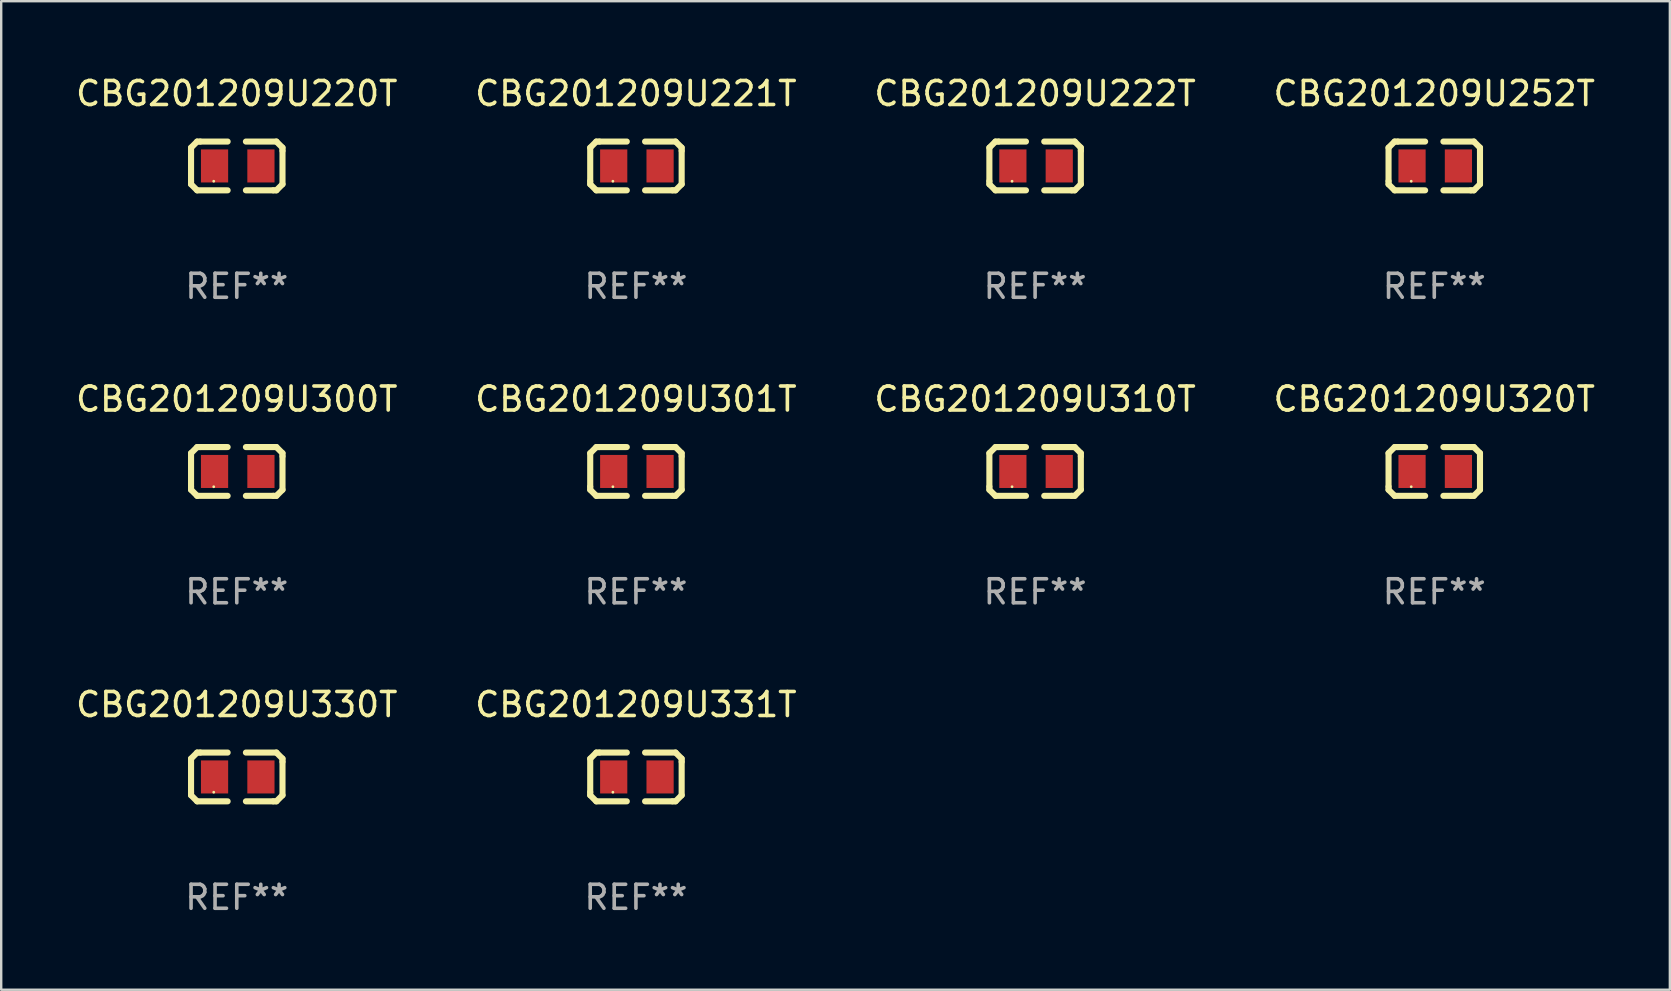
<source format=kicad_pcb>
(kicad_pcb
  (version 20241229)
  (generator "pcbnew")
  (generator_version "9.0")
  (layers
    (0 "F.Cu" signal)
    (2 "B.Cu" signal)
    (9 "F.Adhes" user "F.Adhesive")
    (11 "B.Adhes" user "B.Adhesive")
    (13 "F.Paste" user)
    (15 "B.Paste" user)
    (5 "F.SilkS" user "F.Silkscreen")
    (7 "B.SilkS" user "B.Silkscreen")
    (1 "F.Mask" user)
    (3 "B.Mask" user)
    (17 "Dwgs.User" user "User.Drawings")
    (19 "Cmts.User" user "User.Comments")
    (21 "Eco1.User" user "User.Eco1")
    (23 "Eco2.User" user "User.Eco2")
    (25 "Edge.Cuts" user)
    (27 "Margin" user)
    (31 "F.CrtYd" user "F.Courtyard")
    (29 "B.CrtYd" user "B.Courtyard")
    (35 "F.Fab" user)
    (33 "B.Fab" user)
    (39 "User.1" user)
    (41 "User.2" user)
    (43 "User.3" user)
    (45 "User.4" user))
  (footprint "CBG201209U320T"
    (layer "F.Cu")
    (at 56.708 16.593)
    (property "Reference" "CBG201209U320T" (at 0 -3.016 0) (layer "F.SilkS") (effects (font (size 1 1) (thickness 0.15))))
    (attr through_hole)
    (fp_line (start -1.905 -0.762) (end -1.905 0.635) (stroke (width 0.254) (type solid)) (layer "F.SilkS"))
    (fp_line (start -1.905 0.635) (end -1.905 0.762) (stroke (width 0.254) (type solid)) (layer "F.SilkS"))
    (fp_line (start -1.905 0.762) (end -1.651 1.016) (stroke (width 0.254) (type solid)) (layer "F.SilkS"))
    (fp_line (start -1.651 -1.016) (end -1.905 -0.762) (stroke (width 0.254) (type solid)) (layer "F.SilkS"))
    (fp_line (start -1.651 1.016) (end -0.381 1.016) (stroke (width 0.254) (type solid)) (layer "F.SilkS"))
    (fp_line (start -1.524 -1.016) (end -1.651 -1.016) (stroke (width 0.254) (type solid)) (layer "F.SilkS"))
    (fp_line (start -0.381 -1.016) (end -1.524 -1.016) (stroke (width 0.254) (type solid)) (layer "F.SilkS"))
    (fp_line (start 0.381 1.016) (end 1.524 1.016) (stroke (width 0.254) (type solid)) (layer "F.SilkS"))
    (fp_line (start 1.524 1.016) (end 1.651 1.016) (stroke (width 0.254) (type solid)) (layer "F.SilkS"))
    (fp_line (start 1.651 -1.016) (end 0.381 -1.016) (stroke (width 0.254) (type solid)) (layer "F.SilkS"))
    (fp_line (start 1.651 1.016) (end 1.905 0.762) (stroke (width 0.254) (type solid)) (layer "F.SilkS"))
    (fp_line (start 1.905 -0.762) (end 1.651 -1.016) (stroke (width 0.254) (type solid)) (layer "F.SilkS"))
    (fp_line (start 1.905 -0.635) (end 1.905 -0.762) (stroke (width 0.254) (type solid)) (layer "F.SilkS"))
    (fp_line (start 1.905 0.762) (end 1.905 -0.635) (stroke (width 0.254) (type solid)) (layer "F.SilkS"))
    (fp_circle (center -0.96 0.637) (end -0.93 0.637) (stroke (width 0.06) (type solid)) (fill no) (layer "F.SilkS"))
    (fp_text user "REF**" (at 0 5.016 0) (layer "F.Fab") (effects (font (size 1 1) (thickness 0.15))))
    (pad "1" smd rect (at -0.926 -0.000051) (size 1.133 1.377) (layers "F.Cu" "F.Mask" "F.Paste"))
    (pad "2" smd rect (at 1.006 -0.000051) (size 1.133 1.377) (layers "F.Cu" "F.Mask" "F.Paste")))
  (footprint "CBG201209U252T"
    (layer "F.Cu")
    (at 56.708 3.864)
    (property "Reference" "CBG201209U252T" (at 0 -3.016 0) (layer "F.SilkS") (effects (font (size 1 1) (thickness 0.15))))
    (attr through_hole)
    (fp_line (start -1.905 -0.762) (end -1.905 0.635) (stroke (width 0.254) (type solid)) (layer "F.SilkS"))
    (fp_line (start -1.905 0.635) (end -1.905 0.762) (stroke (width 0.254) (type solid)) (layer "F.SilkS"))
    (fp_line (start -1.905 0.762) (end -1.651 1.016) (stroke (width 0.254) (type solid)) (layer "F.SilkS"))
    (fp_line (start -1.651 -1.016) (end -1.905 -0.762) (stroke (width 0.254) (type solid)) (layer "F.SilkS"))
    (fp_line (start -1.651 1.016) (end -0.381 1.016) (stroke (width 0.254) (type solid)) (layer "F.SilkS"))
    (fp_line (start -1.524 -1.016) (end -1.651 -1.016) (stroke (width 0.254) (type solid)) (layer "F.SilkS"))
    (fp_line (start -0.381 -1.016) (end -1.524 -1.016) (stroke (width 0.254) (type solid)) (layer "F.SilkS"))
    (fp_line (start 0.381 1.016) (end 1.524 1.016) (stroke (width 0.254) (type solid)) (layer "F.SilkS"))
    (fp_line (start 1.524 1.016) (end 1.651 1.016) (stroke (width 0.254) (type solid)) (layer "F.SilkS"))
    (fp_line (start 1.651 -1.016) (end 0.381 -1.016) (stroke (width 0.254) (type solid)) (layer "F.SilkS"))
    (fp_line (start 1.651 1.016) (end 1.905 0.762) (stroke (width 0.254) (type solid)) (layer "F.SilkS"))
    (fp_line (start 1.905 -0.762) (end 1.651 -1.016) (stroke (width 0.254) (type solid)) (layer "F.SilkS"))
    (fp_line (start 1.905 -0.635) (end 1.905 -0.762) (stroke (width 0.254) (type solid)) (layer "F.SilkS"))
    (fp_line (start 1.905 0.762) (end 1.905 -0.635) (stroke (width 0.254) (type solid)) (layer "F.SilkS"))
    (fp_circle (center -0.96 0.637) (end -0.93 0.637) (stroke (width 0.06) (type solid)) (fill no) (layer "F.SilkS"))
    (fp_text user "REF**" (at 0 5.016 0) (layer "F.Fab") (effects (font (size 1 1) (thickness 0.15))))
    (pad "1" smd rect (at -0.926 -0.000051) (size 1.133 1.377) (layers "F.Cu" "F.Mask" "F.Paste"))
    (pad "2" smd rect (at 1.006 -0.000051) (size 1.133 1.377) (layers "F.Cu" "F.Mask" "F.Paste")))
  (footprint "CBG201209U330T"
    (layer "F.Cu")
    (at 6.815 29.321)
    (property "Reference" "CBG201209U330T" (at 0 -3.016 0) (layer "F.SilkS") (effects (font (size 1 1) (thickness 0.15))))
    (attr through_hole)
    (fp_line (start -1.905 -0.762) (end -1.905 0.635) (stroke (width 0.254) (type solid)) (layer "F.SilkS"))
    (fp_line (start -1.905 0.635) (end -1.905 0.762) (stroke (width 0.254) (type solid)) (layer "F.SilkS"))
    (fp_line (start -1.905 0.762) (end -1.651 1.016) (stroke (width 0.254) (type solid)) (layer "F.SilkS"))
    (fp_line (start -1.651 -1.016) (end -1.905 -0.762) (stroke (width 0.254) (type solid)) (layer "F.SilkS"))
    (fp_line (start -1.651 1.016) (end -0.381 1.016) (stroke (width 0.254) (type solid)) (layer "F.SilkS"))
    (fp_line (start -1.524 -1.016) (end -1.651 -1.016) (stroke (width 0.254) (type solid)) (layer "F.SilkS"))
    (fp_line (start -0.381 -1.016) (end -1.524 -1.016) (stroke (width 0.254) (type solid)) (layer "F.SilkS"))
    (fp_line (start 0.381 1.016) (end 1.524 1.016) (stroke (width 0.254) (type solid)) (layer "F.SilkS"))
    (fp_line (start 1.524 1.016) (end 1.651 1.016) (stroke (width 0.254) (type solid)) (layer "F.SilkS"))
    (fp_line (start 1.651 -1.016) (end 0.381 -1.016) (stroke (width 0.254) (type solid)) (layer "F.SilkS"))
    (fp_line (start 1.651 1.016) (end 1.905 0.762) (stroke (width 0.254) (type solid)) (layer "F.SilkS"))
    (fp_line (start 1.905 -0.762) (end 1.651 -1.016) (stroke (width 0.254) (type solid)) (layer "F.SilkS"))
    (fp_line (start 1.905 -0.635) (end 1.905 -0.762) (stroke (width 0.254) (type solid)) (layer "F.SilkS"))
    (fp_line (start 1.905 0.762) (end 1.905 -0.635) (stroke (width 0.254) (type solid)) (layer "F.SilkS"))
    (fp_circle (center -0.96 0.637) (end -0.93 0.637) (stroke (width 0.06) (type solid)) (fill no) (layer "F.SilkS"))
    (fp_text user "REF**" (at 0 5.016 0) (layer "F.Fab") (effects (font (size 1 1) (thickness 0.15))))
    (pad "1" smd rect (at -0.926 -0.000051) (size 1.133 1.377) (layers "F.Cu" "F.Mask" "F.Paste"))
    (pad "2" smd rect (at 1.006 -0.000051) (size 1.133 1.377) (layers "F.Cu" "F.Mask" "F.Paste")))
  (footprint "CBG201209U331T"
    (layer "F.Cu")
    (at 23.446 29.321)
    (property "Reference" "CBG201209U331T" (at 0 -3.016 0) (layer "F.SilkS") (effects (font (size 1 1) (thickness 0.15))))
    (attr through_hole)
    (fp_line (start -1.905 -0.762) (end -1.905 0.635) (stroke (width 0.254) (type solid)) (layer "F.SilkS"))
    (fp_line (start -1.905 0.635) (end -1.905 0.762) (stroke (width 0.254) (type solid)) (layer "F.SilkS"))
    (fp_line (start -1.905 0.762) (end -1.651 1.016) (stroke (width 0.254) (type solid)) (layer "F.SilkS"))
    (fp_line (start -1.651 -1.016) (end -1.905 -0.762) (stroke (width 0.254) (type solid)) (layer "F.SilkS"))
    (fp_line (start -1.651 1.016) (end -0.381 1.016) (stroke (width 0.254) (type solid)) (layer "F.SilkS"))
    (fp_line (start -1.524 -1.016) (end -1.651 -1.016) (stroke (width 0.254) (type solid)) (layer "F.SilkS"))
    (fp_line (start -0.381 -1.016) (end -1.524 -1.016) (stroke (width 0.254) (type solid)) (layer "F.SilkS"))
    (fp_line (start 0.381 1.016) (end 1.524 1.016) (stroke (width 0.254) (type solid)) (layer "F.SilkS"))
    (fp_line (start 1.524 1.016) (end 1.651 1.016) (stroke (width 0.254) (type solid)) (layer "F.SilkS"))
    (fp_line (start 1.651 -1.016) (end 0.381 -1.016) (stroke (width 0.254) (type solid)) (layer "F.SilkS"))
    (fp_line (start 1.651 1.016) (end 1.905 0.762) (stroke (width 0.254) (type solid)) (layer "F.SilkS"))
    (fp_line (start 1.905 -0.762) (end 1.651 -1.016) (stroke (width 0.254) (type solid)) (layer "F.SilkS"))
    (fp_line (start 1.905 -0.635) (end 1.905 -0.762) (stroke (width 0.254) (type solid)) (layer "F.SilkS"))
    (fp_line (start 1.905 0.762) (end 1.905 -0.635) (stroke (width 0.254) (type solid)) (layer "F.SilkS"))
    (fp_circle (center -0.96 0.637) (end -0.93 0.637) (stroke (width 0.06) (type solid)) (fill no) (layer "F.SilkS"))
    (fp_text user "REF**" (at 0 5.016 0) (layer "F.Fab") (effects (font (size 1 1) (thickness 0.15))))
    (pad "1" smd rect (at -0.926 -0.000051) (size 1.133 1.377) (layers "F.Cu" "F.Mask" "F.Paste"))
    (pad "2" smd rect (at 1.006 -0.000051) (size 1.133 1.377) (layers "F.Cu" "F.Mask" "F.Paste")))
  (footprint "CBG201209U301T"
    (layer "F.Cu")
    (at 23.446 16.593)
    (property "Reference" "CBG201209U301T" (at 0 -3.016 0) (layer "F.SilkS") (effects (font (size 1 1) (thickness 0.15))))
    (attr through_hole)
    (fp_line (start -1.905 -0.762) (end -1.905 0.635) (stroke (width 0.254) (type solid)) (layer "F.SilkS"))
    (fp_line (start -1.905 0.635) (end -1.905 0.762) (stroke (width 0.254) (type solid)) (layer "F.SilkS"))
    (fp_line (start -1.905 0.762) (end -1.651 1.016) (stroke (width 0.254) (type solid)) (layer "F.SilkS"))
    (fp_line (start -1.651 -1.016) (end -1.905 -0.762) (stroke (width 0.254) (type solid)) (layer "F.SilkS"))
    (fp_line (start -1.651 1.016) (end -0.381 1.016) (stroke (width 0.254) (type solid)) (layer "F.SilkS"))
    (fp_line (start -1.524 -1.016) (end -1.651 -1.016) (stroke (width 0.254) (type solid)) (layer "F.SilkS"))
    (fp_line (start -0.381 -1.016) (end -1.524 -1.016) (stroke (width 0.254) (type solid)) (layer "F.SilkS"))
    (fp_line (start 0.381 1.016) (end 1.524 1.016) (stroke (width 0.254) (type solid)) (layer "F.SilkS"))
    (fp_line (start 1.524 1.016) (end 1.651 1.016) (stroke (width 0.254) (type solid)) (layer "F.SilkS"))
    (fp_line (start 1.651 -1.016) (end 0.381 -1.016) (stroke (width 0.254) (type solid)) (layer "F.SilkS"))
    (fp_line (start 1.651 1.016) (end 1.905 0.762) (stroke (width 0.254) (type solid)) (layer "F.SilkS"))
    (fp_line (start 1.905 -0.762) (end 1.651 -1.016) (stroke (width 0.254) (type solid)) (layer "F.SilkS"))
    (fp_line (start 1.905 -0.635) (end 1.905 -0.762) (stroke (width 0.254) (type solid)) (layer "F.SilkS"))
    (fp_line (start 1.905 0.762) (end 1.905 -0.635) (stroke (width 0.254) (type solid)) (layer "F.SilkS"))
    (fp_circle (center -0.96 0.637) (end -0.93 0.637) (stroke (width 0.06) (type solid)) (fill no) (layer "F.SilkS"))
    (fp_text user "REF**" (at 0 5.016 0) (layer "F.Fab") (effects (font (size 1 1) (thickness 0.15))))
    (pad "1" smd rect (at -0.926 -0.000051) (size 1.133 1.377) (layers "F.Cu" "F.Mask" "F.Paste"))
    (pad "2" smd rect (at 1.006 -0.000051) (size 1.133 1.377) (layers "F.Cu" "F.Mask" "F.Paste")))
  (footprint "CBG201209U300T"
    (layer "F.Cu")
    (at 6.815 16.593)
    (property "Reference" "CBG201209U300T" (at 0 -3.016 0) (layer "F.SilkS") (effects (font (size 1 1) (thickness 0.15))))
    (attr through_hole)
    (fp_line (start -1.905 -0.762) (end -1.905 0.635) (stroke (width 0.254) (type solid)) (layer "F.SilkS"))
    (fp_line (start -1.905 0.635) (end -1.905 0.762) (stroke (width 0.254) (type solid)) (layer "F.SilkS"))
    (fp_line (start -1.905 0.762) (end -1.651 1.016) (stroke (width 0.254) (type solid)) (layer "F.SilkS"))
    (fp_line (start -1.651 -1.016) (end -1.905 -0.762) (stroke (width 0.254) (type solid)) (layer "F.SilkS"))
    (fp_line (start -1.651 1.016) (end -0.381 1.016) (stroke (width 0.254) (type solid)) (layer "F.SilkS"))
    (fp_line (start -1.524 -1.016) (end -1.651 -1.016) (stroke (width 0.254) (type solid)) (layer "F.SilkS"))
    (fp_line (start -0.381 -1.016) (end -1.524 -1.016) (stroke (width 0.254) (type solid)) (layer "F.SilkS"))
    (fp_line (start 0.381 1.016) (end 1.524 1.016) (stroke (width 0.254) (type solid)) (layer "F.SilkS"))
    (fp_line (start 1.524 1.016) (end 1.651 1.016) (stroke (width 0.254) (type solid)) (layer "F.SilkS"))
    (fp_line (start 1.651 -1.016) (end 0.381 -1.016) (stroke (width 0.254) (type solid)) (layer "F.SilkS"))
    (fp_line (start 1.651 1.016) (end 1.905 0.762) (stroke (width 0.254) (type solid)) (layer "F.SilkS"))
    (fp_line (start 1.905 -0.762) (end 1.651 -1.016) (stroke (width 0.254) (type solid)) (layer "F.SilkS"))
    (fp_line (start 1.905 -0.635) (end 1.905 -0.762) (stroke (width 0.254) (type solid)) (layer "F.SilkS"))
    (fp_line (start 1.905 0.762) (end 1.905 -0.635) (stroke (width 0.254) (type solid)) (layer "F.SilkS"))
    (fp_circle (center -0.96 0.637) (end -0.93 0.637) (stroke (width 0.06) (type solid)) (fill no) (layer "F.SilkS"))
    (fp_text user "REF**" (at 0 5.016 0) (layer "F.Fab") (effects (font (size 1 1) (thickness 0.15))))
    (pad "1" smd rect (at -0.926 -0.000051) (size 1.133 1.377) (layers "F.Cu" "F.Mask" "F.Paste"))
    (pad "2" smd rect (at 1.006 -0.000051) (size 1.133 1.377) (layers "F.Cu" "F.Mask" "F.Paste")))
  (footprint "CBG201209U220T"
    (layer "F.Cu")
    (at 6.815 3.864)
    (property "Reference" "CBG201209U220T" (at 0 -3.016 0) (layer "F.SilkS") (effects (font (size 1 1) (thickness 0.15))))
    (attr through_hole)
    (fp_line (start -1.905 -0.762) (end -1.905 0.635) (stroke (width 0.254) (type solid)) (layer "F.SilkS"))
    (fp_line (start -1.905 0.635) (end -1.905 0.762) (stroke (width 0.254) (type solid)) (layer "F.SilkS"))
    (fp_line (start -1.905 0.762) (end -1.651 1.016) (stroke (width 0.254) (type solid)) (layer "F.SilkS"))
    (fp_line (start -1.651 -1.016) (end -1.905 -0.762) (stroke (width 0.254) (type solid)) (layer "F.SilkS"))
    (fp_line (start -1.651 1.016) (end -0.381 1.016) (stroke (width 0.254) (type solid)) (layer "F.SilkS"))
    (fp_line (start -1.524 -1.016) (end -1.651 -1.016) (stroke (width 0.254) (type solid)) (layer "F.SilkS"))
    (fp_line (start -0.381 -1.016) (end -1.524 -1.016) (stroke (width 0.254) (type solid)) (layer "F.SilkS"))
    (fp_line (start 0.381 1.016) (end 1.524 1.016) (stroke (width 0.254) (type solid)) (layer "F.SilkS"))
    (fp_line (start 1.524 1.016) (end 1.651 1.016) (stroke (width 0.254) (type solid)) (layer "F.SilkS"))
    (fp_line (start 1.651 -1.016) (end 0.381 -1.016) (stroke (width 0.254) (type solid)) (layer "F.SilkS"))
    (fp_line (start 1.651 1.016) (end 1.905 0.762) (stroke (width 0.254) (type solid)) (layer "F.SilkS"))
    (fp_line (start 1.905 -0.762) (end 1.651 -1.016) (stroke (width 0.254) (type solid)) (layer "F.SilkS"))
    (fp_line (start 1.905 -0.635) (end 1.905 -0.762) (stroke (width 0.254) (type solid)) (layer "F.SilkS"))
    (fp_line (start 1.905 0.762) (end 1.905 -0.635) (stroke (width 0.254) (type solid)) (layer "F.SilkS"))
    (fp_circle (center -0.96 0.637) (end -0.93 0.637) (stroke (width 0.06) (type solid)) (fill no) (layer "F.SilkS"))
    (fp_text user "REF**" (at 0 5.016 0) (layer "F.Fab") (effects (font (size 1 1) (thickness 0.15))))
    (pad "1" smd rect (at -0.926 -0.000051) (size 1.133 1.377) (layers "F.Cu" "F.Mask" "F.Paste"))
    (pad "2" smd rect (at 1.006 -0.000051) (size 1.133 1.377) (layers "F.Cu" "F.Mask" "F.Paste")))
  (footprint "CBG201209U221T"
    (layer "F.Cu")
    (at 23.446 3.864)
    (property "Reference" "CBG201209U221T" (at 0 -3.016 0) (layer "F.SilkS") (effects (font (size 1 1) (thickness 0.15))))
    (attr through_hole)
    (fp_line (start -1.905 -0.762) (end -1.905 0.635) (stroke (width 0.254) (type solid)) (layer "F.SilkS"))
    (fp_line (start -1.905 0.635) (end -1.905 0.762) (stroke (width 0.254) (type solid)) (layer "F.SilkS"))
    (fp_line (start -1.905 0.762) (end -1.651 1.016) (stroke (width 0.254) (type solid)) (layer "F.SilkS"))
    (fp_line (start -1.651 -1.016) (end -1.905 -0.762) (stroke (width 0.254) (type solid)) (layer "F.SilkS"))
    (fp_line (start -1.651 1.016) (end -0.381 1.016) (stroke (width 0.254) (type solid)) (layer "F.SilkS"))
    (fp_line (start -1.524 -1.016) (end -1.651 -1.016) (stroke (width 0.254) (type solid)) (layer "F.SilkS"))
    (fp_line (start -0.381 -1.016) (end -1.524 -1.016) (stroke (width 0.254) (type solid)) (layer "F.SilkS"))
    (fp_line (start 0.381 1.016) (end 1.524 1.016) (stroke (width 0.254) (type solid)) (layer "F.SilkS"))
    (fp_line (start 1.524 1.016) (end 1.651 1.016) (stroke (width 0.254) (type solid)) (layer "F.SilkS"))
    (fp_line (start 1.651 -1.016) (end 0.381 -1.016) (stroke (width 0.254) (type solid)) (layer "F.SilkS"))
    (fp_line (start 1.651 1.016) (end 1.905 0.762) (stroke (width 0.254) (type solid)) (layer "F.SilkS"))
    (fp_line (start 1.905 -0.762) (end 1.651 -1.016) (stroke (width 0.254) (type solid)) (layer "F.SilkS"))
    (fp_line (start 1.905 -0.635) (end 1.905 -0.762) (stroke (width 0.254) (type solid)) (layer "F.SilkS"))
    (fp_line (start 1.905 0.762) (end 1.905 -0.635) (stroke (width 0.254) (type solid)) (layer "F.SilkS"))
    (fp_circle (center -0.96 0.637) (end -0.93 0.637) (stroke (width 0.06) (type solid)) (fill no) (layer "F.SilkS"))
    (fp_text user "REF**" (at 0 5.016 0) (layer "F.Fab") (effects (font (size 1 1) (thickness 0.15))))
    (pad "1" smd rect (at -0.926 -0.000051) (size 1.133 1.377) (layers "F.Cu" "F.Mask" "F.Paste"))
    (pad "2" smd rect (at 1.006 -0.000051) (size 1.133 1.377) (layers "F.Cu" "F.Mask" "F.Paste")))
  (footprint "CBG201209U222T"
    (layer "F.Cu")
    (at 40.077 3.864)
    (property "Reference" "CBG201209U222T" (at 0 -3.016 0) (layer "F.SilkS") (effects (font (size 1 1) (thickness 0.15))))
    (attr through_hole)
    (fp_line (start -1.905 -0.762) (end -1.905 0.635) (stroke (width 0.254) (type solid)) (layer "F.SilkS"))
    (fp_line (start -1.905 0.635) (end -1.905 0.762) (stroke (width 0.254) (type solid)) (layer "F.SilkS"))
    (fp_line (start -1.905 0.762) (end -1.651 1.016) (stroke (width 0.254) (type solid)) (layer "F.SilkS"))
    (fp_line (start -1.651 -1.016) (end -1.905 -0.762) (stroke (width 0.254) (type solid)) (layer "F.SilkS"))
    (fp_line (start -1.651 1.016) (end -0.381 1.016) (stroke (width 0.254) (type solid)) (layer "F.SilkS"))
    (fp_line (start -1.524 -1.016) (end -1.651 -1.016) (stroke (width 0.254) (type solid)) (layer "F.SilkS"))
    (fp_line (start -0.381 -1.016) (end -1.524 -1.016) (stroke (width 0.254) (type solid)) (layer "F.SilkS"))
    (fp_line (start 0.381 1.016) (end 1.524 1.016) (stroke (width 0.254) (type solid)) (layer "F.SilkS"))
    (fp_line (start 1.524 1.016) (end 1.651 1.016) (stroke (width 0.254) (type solid)) (layer "F.SilkS"))
    (fp_line (start 1.651 -1.016) (end 0.381 -1.016) (stroke (width 0.254) (type solid)) (layer "F.SilkS"))
    (fp_line (start 1.651 1.016) (end 1.905 0.762) (stroke (width 0.254) (type solid)) (layer "F.SilkS"))
    (fp_line (start 1.905 -0.762) (end 1.651 -1.016) (stroke (width 0.254) (type solid)) (layer "F.SilkS"))
    (fp_line (start 1.905 -0.635) (end 1.905 -0.762) (stroke (width 0.254) (type solid)) (layer "F.SilkS"))
    (fp_line (start 1.905 0.762) (end 1.905 -0.635) (stroke (width 0.254) (type solid)) (layer "F.SilkS"))
    (fp_circle (center -0.96 0.637) (end -0.93 0.637) (stroke (width 0.06) (type solid)) (fill no) (layer "F.SilkS"))
    (fp_text user "REF**" (at 0 5.016 0) (layer "F.Fab") (effects (font (size 1 1) (thickness 0.15))))
    (pad "1" smd rect (at -0.926 -0.000051) (size 1.133 1.377) (layers "F.Cu" "F.Mask" "F.Paste"))
    (pad "2" smd rect (at 1.006 -0.000051) (size 1.133 1.377) (layers "F.Cu" "F.Mask" "F.Paste")))
  (footprint "CBG201209U310T"
    (layer "F.Cu")
    (at 40.077 16.593)
    (property "Reference" "CBG201209U310T" (at 0 -3.016 0) (layer "F.SilkS") (effects (font (size 1 1) (thickness 0.15))))
    (attr through_hole)
    (fp_line (start -1.905 -0.762) (end -1.905 0.635) (stroke (width 0.254) (type solid)) (layer "F.SilkS"))
    (fp_line (start -1.905 0.635) (end -1.905 0.762) (stroke (width 0.254) (type solid)) (layer "F.SilkS"))
    (fp_line (start -1.905 0.762) (end -1.651 1.016) (stroke (width 0.254) (type solid)) (layer "F.SilkS"))
    (fp_line (start -1.651 -1.016) (end -1.905 -0.762) (stroke (width 0.254) (type solid)) (layer "F.SilkS"))
    (fp_line (start -1.651 1.016) (end -0.381 1.016) (stroke (width 0.254) (type solid)) (layer "F.SilkS"))
    (fp_line (start -1.524 -1.016) (end -1.651 -1.016) (stroke (width 0.254) (type solid)) (layer "F.SilkS"))
    (fp_line (start -0.381 -1.016) (end -1.524 -1.016) (stroke (width 0.254) (type solid)) (layer "F.SilkS"))
    (fp_line (start 0.381 1.016) (end 1.524 1.016) (stroke (width 0.254) (type solid)) (layer "F.SilkS"))
    (fp_line (start 1.524 1.016) (end 1.651 1.016) (stroke (width 0.254) (type solid)) (layer "F.SilkS"))
    (fp_line (start 1.651 -1.016) (end 0.381 -1.016) (stroke (width 0.254) (type solid)) (layer "F.SilkS"))
    (fp_line (start 1.651 1.016) (end 1.905 0.762) (stroke (width 0.254) (type solid)) (layer "F.SilkS"))
    (fp_line (start 1.905 -0.762) (end 1.651 -1.016) (stroke (width 0.254) (type solid)) (layer "F.SilkS"))
    (fp_line (start 1.905 -0.635) (end 1.905 -0.762) (stroke (width 0.254) (type solid)) (layer "F.SilkS"))
    (fp_line (start 1.905 0.762) (end 1.905 -0.635) (stroke (width 0.254) (type solid)) (layer "F.SilkS"))
    (fp_circle (center -0.96 0.637) (end -0.93 0.637) (stroke (width 0.06) (type solid)) (fill no) (layer "F.SilkS"))
    (fp_text user "REF**" (at 0 5.016 0) (layer "F.Fab") (effects (font (size 1 1) (thickness 0.15))))
    (pad "1" smd rect (at -0.926 -0.000051) (size 1.133 1.377) (layers "F.Cu" "F.Mask" "F.Paste"))
    (pad "2" smd rect (at 1.006 -0.000051) (size 1.133 1.377) (layers "F.Cu" "F.Mask" "F.Paste")))
  (gr_rect
    (start -3 -3)
    (end 66.524 38.186)
    (stroke (width 0.1) (type default))
    (fill no)
    (layer "Edge.Cuts")))
</source>
